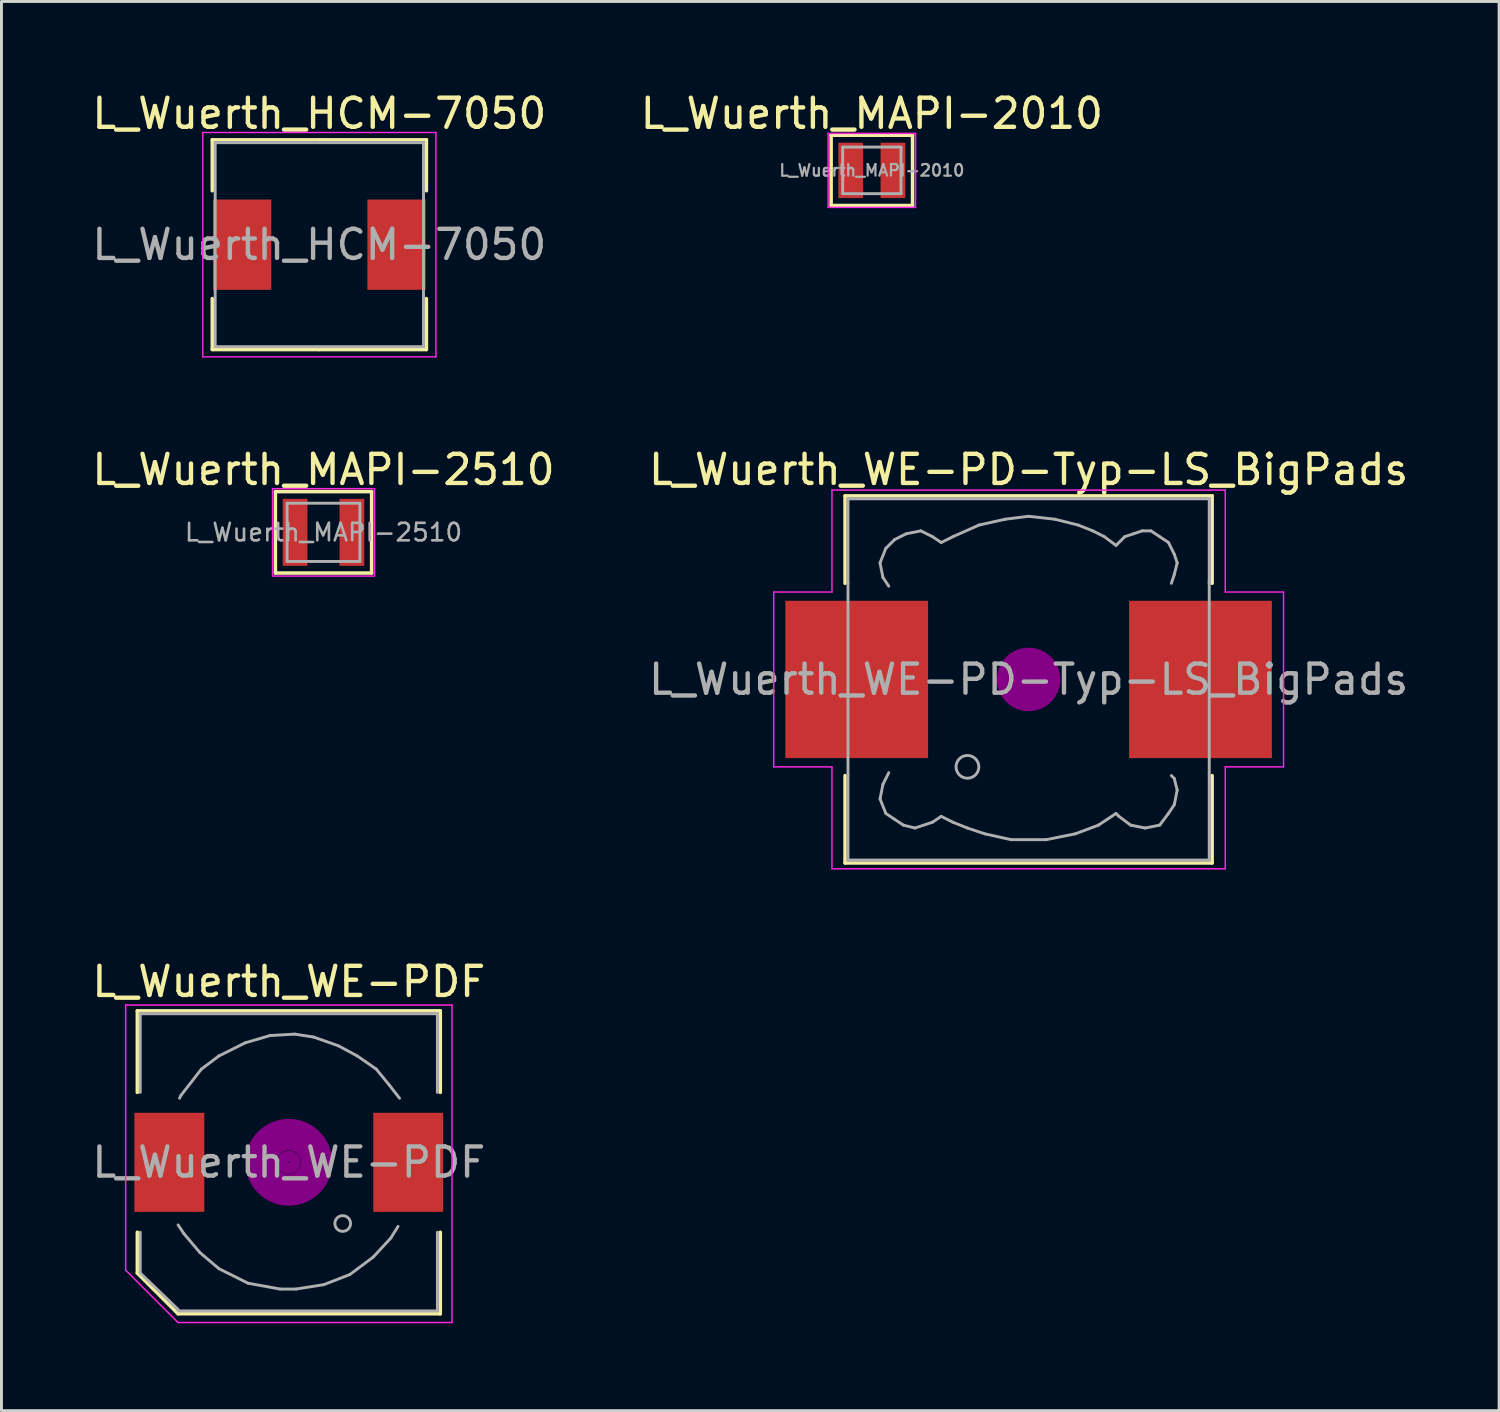
<source format=kicad_pcb>
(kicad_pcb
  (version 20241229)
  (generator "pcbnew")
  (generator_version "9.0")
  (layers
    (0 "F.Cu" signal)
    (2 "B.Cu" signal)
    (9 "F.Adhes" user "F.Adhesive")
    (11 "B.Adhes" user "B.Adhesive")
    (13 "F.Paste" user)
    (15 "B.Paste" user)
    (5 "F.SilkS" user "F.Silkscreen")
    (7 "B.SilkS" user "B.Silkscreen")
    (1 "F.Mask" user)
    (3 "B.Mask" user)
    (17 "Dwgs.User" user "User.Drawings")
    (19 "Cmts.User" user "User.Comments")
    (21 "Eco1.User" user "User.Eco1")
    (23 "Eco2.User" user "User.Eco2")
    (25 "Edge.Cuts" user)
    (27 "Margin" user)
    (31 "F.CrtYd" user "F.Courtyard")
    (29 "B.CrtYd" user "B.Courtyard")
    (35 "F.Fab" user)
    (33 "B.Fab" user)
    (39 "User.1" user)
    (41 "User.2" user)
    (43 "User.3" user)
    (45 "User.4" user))
  (footprint "L_Wuerth_MAPI-2510"
    (layer "F.Cu")
    (at 8.054 15.222)
    (property "Reference" "L_Wuerth_MAPI-2510" (at 0 -2.15 0) (layer "F.SilkS") (effects (font (size 1 1) (thickness 0.15))))
    (attr smd)
    (fp_line (start -1.651 -1.397) (end -1.651 1.397) (stroke (width 0.12) (type solid)) (layer "F.SilkS"))
    (fp_line (start -1.651 1.397) (end 1.651 1.397) (stroke (width 0.12) (type solid)) (layer "F.SilkS"))
    (fp_line (start 1.651 -1.397) (end -1.651 -1.397) (stroke (width 0.12) (type solid)) (layer "F.SilkS"))
    (fp_line (start 1.651 1.397) (end 1.651 -1.397) (stroke (width 0.12) (type solid)) (layer "F.SilkS"))
    (fp_line (start -1.75 -1.5) (end -1.75 1.5) (stroke (width 0.05) (type solid)) (layer "F.CrtYd"))
    (fp_line (start -1.75 1.5) (end 1.75 1.5) (stroke (width 0.05) (type solid)) (layer "F.CrtYd"))
    (fp_line (start 1.75 -1.5) (end -1.75 -1.5) (stroke (width 0.05) (type solid)) (layer "F.CrtYd"))
    (fp_line (start 1.75 1.5) (end 1.75 -1.5) (stroke (width 0.05) (type solid)) (layer "F.CrtYd"))
    (fp_line (start -1.25 -1) (end -1.25 1) (stroke (width 0.1) (type solid)) (layer "F.Fab"))
    (fp_line (start -1.25 1) (end 1.25 1) (stroke (width 0.1) (type solid)) (layer "F.Fab"))
    (fp_line (start 1.25 -1) (end -1.25 -1) (stroke (width 0.1) (type solid)) (layer "F.Fab"))
    (fp_line (start 1.25 1) (end 1.25 -1) (stroke (width 0.1) (type solid)) (layer "F.Fab"))
    (fp_text user "${REFERENCE}" (at 0 0 0) (layer "F.Fab") (effects (font (size 0.6 0.6) (thickness 0.09))))
    (pad "1" smd rect (at -0.975 0) (size 0.85 2.3) (layers "F.Cu" "F.Mask" "F.Paste"))
    (pad "2" smd rect (at 0.975 0) (size 0.85 2.3) (layers "F.Cu" "F.Mask" "F.Paste")))
  (footprint "L_Wuerth_WE-PDF"
    (layer "F.Cu")
    (at 6.863 36.845)
    (property "Reference" "L_Wuerth_WE-PDF" (at 0 -6.2 0) (layer "F.SilkS") (effects (font (size 1 1) (thickness 0.15))))
    (attr smd)
    (fp_line (start -5.2 -5.2) (end 5.2 -5.2) (stroke (width 0.12) (type solid)) (layer "F.SilkS"))
    (fp_line (start -5.2 -2.4) (end -5.2 -5.2) (stroke (width 0.12) (type solid)) (layer "F.SilkS"))
    (fp_line (start -5.2 3.8) (end -5.2 2.4) (stroke (width 0.12) (type solid)) (layer "F.SilkS"))
    (fp_line (start -3.8 5.2) (end -5.2 3.8) (stroke (width 0.12) (type solid)) (layer "F.SilkS"))
    (fp_line (start 5.2 -5.2) (end 5.2 -2.4) (stroke (width 0.12) (type solid)) (layer "F.SilkS"))
    (fp_line (start 5.2 2.4) (end 5.2 5.2) (stroke (width 0.12) (type solid)) (layer "F.SilkS"))
    (fp_line (start 5.2 5.2) (end -3.8 5.2) (stroke (width 0.12) (type solid)) (layer "F.SilkS"))
    (fp_circle (center 0 0) (end 0.15 0.15) (stroke (width 0.38) (type solid)) (fill no) (layer "F.Adhes"))
    (fp_circle (center 0 0) (end 0.6 0.05) (stroke (width 0.38) (type solid)) (fill no) (layer "F.Adhes"))
    (fp_circle (center 0 0) (end 0.95 0) (stroke (width 0.38) (type solid)) (fill no) (layer "F.Adhes"))
    (fp_circle (center 0 0) (end 1.3 0.05) (stroke (width 0.38) (type solid)) (fill no) (layer "F.Adhes"))
    (fp_line (start -5.6 -5.4) (end 5.6 -5.4) (stroke (width 0.05) (type solid)) (layer "F.CrtYd"))
    (fp_line (start -5.6 3.7) (end -5.6 -5.4) (stroke (width 0.05) (type solid)) (layer "F.CrtYd"))
    (fp_line (start -3.8 5.5) (end -5.6 3.7) (stroke (width 0.05) (type solid)) (layer "F.CrtYd"))
    (fp_line (start 5.6 -5.4) (end 5.6 5.5) (stroke (width 0.05) (type solid)) (layer "F.CrtYd"))
    (fp_line (start 5.6 5.5) (end -3.8 5.5) (stroke (width 0.05) (type solid)) (layer "F.CrtYd"))
    (fp_line (start -5.1 -5.1) (end -5.1 -2.4) (stroke (width 0.1) (type solid)) (layer "F.Fab"))
    (fp_line (start -5.1 2.4) (end -5.1 3.8) (stroke (width 0.1) (type solid)) (layer "F.Fab"))
    (fp_line (start -5.1 3.8) (end -3.8 5.05) (stroke (width 0.1) (type solid)) (layer "F.Fab"))
    (fp_line (start -3.8 2.15) (end -3.6 2.45) (stroke (width 0.1) (type solid)) (layer "F.Fab"))
    (fp_line (start -3.7 -2.3) (end -3.75 -2.2) (stroke (width 0.1) (type solid)) (layer "F.Fab"))
    (fp_line (start -3.6 2.45) (end -3.05 3.1) (stroke (width 0.1) (type solid)) (layer "F.Fab"))
    (fp_line (start -3.05 3.1) (end -2.4 3.65) (stroke (width 0.1) (type solid)) (layer "F.Fab"))
    (fp_line (start -3 -3.2) (end -3.7 -2.3) (stroke (width 0.1) (type solid)) (layer "F.Fab"))
    (fp_line (start -2.4 -3.65) (end -3 -3.2) (stroke (width 0.1) (type solid)) (layer "F.Fab"))
    (fp_line (start -2.4 3.65) (end -1.4 4.15) (stroke (width 0.1) (type solid)) (layer "F.Fab"))
    (fp_line (start -1.5 -4.1) (end -2.4 -3.65) (stroke (width 0.1) (type solid)) (layer "F.Fab"))
    (fp_line (start -1.4 4.15) (end -0.3 4.35) (stroke (width 0.1) (type solid)) (layer "F.Fab"))
    (fp_line (start -0.65 -4.35) (end -1.5 -4.1) (stroke (width 0.1) (type solid)) (layer "F.Fab"))
    (fp_line (start -0.3 4.35) (end 0.25 4.35) (stroke (width 0.1) (type solid)) (layer "F.Fab"))
    (fp_line (start 0.2 -4.4) (end -0.65 -4.35) (stroke (width 0.1) (type solid)) (layer "F.Fab"))
    (fp_line (start 0.25 4.35) (end 1.2 4.2) (stroke (width 0.1) (type solid)) (layer "F.Fab"))
    (fp_line (start 0.85 -4.3) (end 0.2 -4.4) (stroke (width 0.1) (type solid)) (layer "F.Fab"))
    (fp_line (start 1.2 4.2) (end 2.1 3.85) (stroke (width 0.1) (type solid)) (layer "F.Fab"))
    (fp_line (start 1.7 -4) (end 0.85 -4.3) (stroke (width 0.1) (type solid)) (layer "F.Fab"))
    (fp_line (start 2.1 3.85) (end 2.9 3.25) (stroke (width 0.1) (type solid)) (layer "F.Fab"))
    (fp_line (start 2.35 -3.65) (end 1.7 -4) (stroke (width 0.1) (type solid)) (layer "F.Fab"))
    (fp_line (start 2.9 3.25) (end 3.5 2.6) (stroke (width 0.1) (type solid)) (layer "F.Fab"))
    (fp_line (start 3 -3.2) (end 2.35 -3.65) (stroke (width 0.1) (type solid)) (layer "F.Fab"))
    (fp_line (start 3.45 -2.65) (end 3 -3.2) (stroke (width 0.1) (type solid)) (layer "F.Fab"))
    (fp_line (start 3.5 2.6) (end 3.75 2.2) (stroke (width 0.1) (type solid)) (layer "F.Fab"))
    (fp_line (start 3.8 -2.2) (end 3.45 -2.65) (stroke (width 0.1) (type solid)) (layer "F.Fab"))
    (fp_line (start 5.1 -5.1) (end -5.1 -5.1) (stroke (width 0.1) (type solid)) (layer "F.Fab"))
    (fp_line (start 5.1 -5.1) (end 5.1 -2.4) (stroke (width 0.1) (type solid)) (layer "F.Fab"))
    (fp_line (start 5.1 5.1) (end -3.8 5.1) (stroke (width 0.1) (type solid)) (layer "F.Fab"))
    (fp_line (start 5.1 5.1) (end 5.1 2.4) (stroke (width 0.1) (type solid)) (layer "F.Fab"))
    (fp_circle (center 1.85 2.1) (end 2.1 2.2) (stroke (width 0.1) (type solid)) (fill no) (layer "F.Fab"))
    (fp_text user "${REFERENCE}" (at 0 0 0) (layer "F.Fab") (effects (font (size 1 1) (thickness 0.15))))
    (pad "1" smd rect (at -4.1 0) (size 2.4 3.4) (layers "F.Cu" "F.Mask" "F.Paste"))
    (pad "2" smd rect (at 4.1 0) (size 2.4 3.4) (layers "F.Cu" "F.Mask" "F.Paste")))
  (footprint "L_Wuerth_HCM-7050"
    (layer "F.Cu")
    (at 7.911 5.348)
    (property "Reference" "L_Wuerth_HCM-7050" (at 0 -4.5 0) (layer "F.SilkS") (effects (font (size 1 1) (thickness 0.15))))
    (attr smd)
    (fp_line (start -3.675 -3.6) (end 0 -3.6) (stroke (width 0.12) (type solid)) (layer "F.SilkS"))
    (fp_line (start -3.675 -1.85) (end -3.675 -3.6) (stroke (width 0.12) (type solid)) (layer "F.SilkS"))
    (fp_line (start -3.675 1.85) (end -3.675 3.6) (stroke (width 0.12) (type solid)) (layer "F.SilkS"))
    (fp_line (start -3.675 3.6) (end 0 3.6) (stroke (width 0.12) (type solid)) (layer "F.SilkS"))
    (fp_line (start 3.675 -3.6) (end 0 -3.6) (stroke (width 0.12) (type solid)) (layer "F.SilkS"))
    (fp_line (start 3.675 -1.85) (end 3.675 -3.6) (stroke (width 0.12) (type solid)) (layer "F.SilkS"))
    (fp_line (start 3.675 1.85) (end 3.675 3.6) (stroke (width 0.12) (type solid)) (layer "F.SilkS"))
    (fp_line (start 3.675 3.6) (end 0 3.6) (stroke (width 0.12) (type solid)) (layer "F.SilkS"))
    (fp_line (start -4 -3.85) (end -4 3.85) (stroke (width 0.05) (type solid)) (layer "F.CrtYd"))
    (fp_line (start -4 3.85) (end 4 3.85) (stroke (width 0.05) (type solid)) (layer "F.CrtYd"))
    (fp_line (start 4 -3.85) (end -4 -3.85) (stroke (width 0.05) (type solid)) (layer "F.CrtYd"))
    (fp_line (start 4 3.85) (end 4 -3.85) (stroke (width 0.05) (type solid)) (layer "F.CrtYd"))
    (fp_line (start -3.575 -3.5) (end -3.575 3.5) (stroke (width 0.1) (type solid)) (layer "F.Fab"))
    (fp_line (start -3.575 3.5) (end 3.575 3.5) (stroke (width 0.1) (type solid)) (layer "F.Fab"))
    (fp_line (start 3.575 -3.5) (end -3.575 -3.5) (stroke (width 0.1) (type solid)) (layer "F.Fab"))
    (fp_line (start 3.575 3.5) (end 3.575 -3.5) (stroke (width 0.1) (type solid)) (layer "F.Fab"))
    (fp_text user "${REFERENCE}" (at 0 0 0) (layer "F.Fab") (effects (font (size 1 1) (thickness 0.15))))
    (pad "1" smd rect (at -2.65 0) (size 2 3.1) (layers "F.Cu" "F.Mask" "F.Paste"))
    (pad "2" smd rect (at 2.65 0) (size 2 3.1) (layers "F.Cu" "F.Mask" "F.Paste")))
  (footprint "L_Wuerth_MAPI-2010"
    (layer "F.Cu")
    (at 26.875 2.798)
    (property "Reference" "L_Wuerth_MAPI-2010" (at 0 -1.95 0) (layer "F.SilkS") (effects (font (size 1 1) (thickness 0.15))))
    (attr smd)
    (fp_line (start -1.397 -1.206) (end -1.397 1.206) (stroke (width 0.12) (type solid)) (layer "F.SilkS"))
    (fp_line (start -1.397 1.206) (end 1.397 1.206) (stroke (width 0.12) (type solid)) (layer "F.SilkS"))
    (fp_line (start 1.397 -1.206) (end -1.397 -1.206) (stroke (width 0.12) (type solid)) (layer "F.SilkS"))
    (fp_line (start 1.397 1.206) (end 1.397 -1.206) (stroke (width 0.12) (type solid)) (layer "F.SilkS"))
    (fp_line (start -1.5 -1.27) (end -1.5 1.27) (stroke (width 0.05) (type solid)) (layer "F.CrtYd"))
    (fp_line (start -1.5 1.27) (end 1.5 1.27) (stroke (width 0.05) (type solid)) (layer "F.CrtYd"))
    (fp_line (start 1.5 -1.27) (end -1.5 -1.27) (stroke (width 0.05) (type solid)) (layer "F.CrtYd"))
    (fp_line (start 1.5 1.27) (end 1.5 -1.27) (stroke (width 0.05) (type solid)) (layer "F.CrtYd"))
    (fp_line (start -1 -0.8) (end -1 0.8) (stroke (width 0.1) (type solid)) (layer "F.Fab"))
    (fp_line (start -1 0.8) (end 1 0.8) (stroke (width 0.1) (type solid)) (layer "F.Fab"))
    (fp_line (start 1 -0.8) (end -1 -0.8) (stroke (width 0.1) (type solid)) (layer "F.Fab"))
    (fp_line (start 1 0.8) (end 1 -0.8) (stroke (width 0.1) (type solid)) (layer "F.Fab"))
    (fp_text user "${REFERENCE}" (at 0 0 0) (layer "F.Fab") (effects (font (size 0.4 0.4) (thickness 0.075))))
    (pad "1" smd rect (at -0.725 0) (size 0.85 1.9) (layers "F.Cu" "F.Mask" "F.Paste"))
    (pad "2" smd rect (at 0.725 0) (size 0.85 1.9) (layers "F.Cu" "F.Mask" "F.Paste")))
  (footprint "L_Wuerth_WE-PD-Typ-LS_BigPads"
    (layer "F.Cu")
    (at 32.256 20.271)
    (property "Reference" "L_Wuerth_WE-PD-Typ-LS_BigPads" (at 0 -7.2 0) (layer "F.SilkS") (effects (font (size 1 1) (thickness 0.15))))
    (attr smd)
    (fp_line (start -6.3 -6.3) (end 6.3 -6.3) (stroke (width 0.12) (type solid)) (layer "F.SilkS"))
    (fp_line (start -6.3 -3.3) (end -6.3 -6.3) (stroke (width 0.12) (type solid)) (layer "F.SilkS"))
    (fp_line (start -6.3 6.3) (end -6.3 3.3) (stroke (width 0.12) (type solid)) (layer "F.SilkS"))
    (fp_line (start 6.3 -6.3) (end 6.3 -3.3) (stroke (width 0.12) (type solid)) (layer "F.SilkS"))
    (fp_line (start 6.3 3.3) (end 6.3 6.3) (stroke (width 0.12) (type solid)) (layer "F.SilkS"))
    (fp_line (start 6.3 6.3) (end -6.3 6.3) (stroke (width 0.12) (type solid)) (layer "F.SilkS"))
    (fp_circle (center 0 0) (end 0.15 0.15) (stroke (width 0.38) (type solid)) (fill no) (layer "F.Adhes"))
    (fp_circle (center 0 0) (end 0.55 0) (stroke (width 0.38) (type solid)) (fill no) (layer "F.Adhes"))
    (fp_circle (center 0 0) (end 0.9 0) (stroke (width 0.38) (type solid)) (fill no) (layer "F.Adhes"))
    (fp_line (start -8.75 -3) (end -6.75 -3) (stroke (width 0.05) (type solid)) (layer "F.CrtYd"))
    (fp_line (start -8.75 3) (end -8.75 -3) (stroke (width 0.05) (type solid)) (layer "F.CrtYd"))
    (fp_line (start -6.75 -6.5) (end 6.75 -6.5) (stroke (width 0.05) (type solid)) (layer "F.CrtYd"))
    (fp_line (start -6.75 -3) (end -6.75 -6.5) (stroke (width 0.05) (type solid)) (layer "F.CrtYd"))
    (fp_line (start -6.75 3) (end -8.75 3) (stroke (width 0.05) (type solid)) (layer "F.CrtYd"))
    (fp_line (start -6.75 6.5) (end -6.75 3) (stroke (width 0.05) (type solid)) (layer "F.CrtYd"))
    (fp_line (start 6.75 -6.5) (end 6.75 -3) (stroke (width 0.05) (type solid)) (layer "F.CrtYd"))
    (fp_line (start 6.75 -3) (end 8.75 -3) (stroke (width 0.05) (type solid)) (layer "F.CrtYd"))
    (fp_line (start 6.75 3) (end 6.75 6.5) (stroke (width 0.05) (type solid)) (layer "F.CrtYd"))
    (fp_line (start 6.75 6.5) (end -6.75 6.5) (stroke (width 0.05) (type solid)) (layer "F.CrtYd"))
    (fp_line (start 8.75 -3) (end 8.75 3) (stroke (width 0.05) (type solid)) (layer "F.CrtYd"))
    (fp_line (start 8.75 3) (end 6.75 3) (stroke (width 0.05) (type solid)) (layer "F.CrtYd"))
    (fp_line (start -6.2 -6.2) (end -6.2 -3.3) (stroke (width 0.1) (type solid)) (layer "F.Fab"))
    (fp_line (start -6.2 -3.3) (end -6.2 3.3) (stroke (width 0.1) (type solid)) (layer "F.Fab"))
    (fp_line (start -6.2 3.3) (end -6.2 6.2) (stroke (width 0.1) (type solid)) (layer "F.Fab"))
    (fp_line (start -6.2 6.2) (end 6.2 6.2) (stroke (width 0.1) (type solid)) (layer "F.Fab"))
    (fp_line (start -5.1 -4) (end -5 -3.5) (stroke (width 0.1) (type solid)) (layer "F.Fab"))
    (fp_line (start -5.1 4.1) (end -5 3.6) (stroke (width 0.1) (type solid)) (layer "F.Fab"))
    (fp_line (start -5 -3.5) (end -4.8 -3.2) (stroke (width 0.1) (type solid)) (layer "F.Fab"))
    (fp_line (start -5 3.6) (end -4.8 3.2) (stroke (width 0.1) (type solid)) (layer "F.Fab"))
    (fp_line (start -4.9 -4.5) (end -5.1 -4) (stroke (width 0.1) (type solid)) (layer "F.Fab"))
    (fp_line (start -4.9 4.6) (end -5.1 4.1) (stroke (width 0.1) (type solid)) (layer "F.Fab"))
    (fp_line (start -4.6 -4.8) (end -4.9 -4.5) (stroke (width 0.1) (type solid)) (layer "F.Fab"))
    (fp_line (start -4.6 4.8) (end -4.9 4.6) (stroke (width 0.1) (type solid)) (layer "F.Fab"))
    (fp_line (start -4.3 5) (end -4.6 4.8) (stroke (width 0.1) (type solid)) (layer "F.Fab"))
    (fp_line (start -4.2 -5) (end -4.6 -4.8) (stroke (width 0.1) (type solid)) (layer "F.Fab"))
    (fp_line (start -3.9 5.1) (end -4.3 5) (stroke (width 0.1) (type solid)) (layer "F.Fab"))
    (fp_line (start -3.7 -5.1) (end -4.2 -5) (stroke (width 0.1) (type solid)) (layer "F.Fab"))
    (fp_line (start -3.3 -4.9) (end -3.7 -5.1) (stroke (width 0.1) (type solid)) (layer "F.Fab"))
    (fp_line (start -3.3 4.9) (end -3.9 5.1) (stroke (width 0.1) (type solid)) (layer "F.Fab"))
    (fp_line (start -3 -4.7) (end -3.3 -4.9) (stroke (width 0.1) (type solid)) (layer "F.Fab"))
    (fp_line (start -3 4.7) (end -3.3 4.9) (stroke (width 0.1) (type solid)) (layer "F.Fab"))
    (fp_line (start -2.6 -4.9) (end -3 -4.7) (stroke (width 0.1) (type solid)) (layer "F.Fab"))
    (fp_line (start -2.6 4.9) (end -3 4.7) (stroke (width 0.1) (type solid)) (layer "F.Fab"))
    (fp_line (start -2.1 5.1) (end -2.6 4.9) (stroke (width 0.1) (type solid)) (layer "F.Fab"))
    (fp_line (start -1.7 -5.3) (end -2.6 -4.9) (stroke (width 0.1) (type solid)) (layer "F.Fab"))
    (fp_line (start -1.5 5.3) (end -2.1 5.1) (stroke (width 0.1) (type solid)) (layer "F.Fab"))
    (fp_line (start -0.8 -5.5) (end -1.7 -5.3) (stroke (width 0.1) (type solid)) (layer "F.Fab"))
    (fp_line (start -0.6 5.5) (end -1.5 5.3) (stroke (width 0.1) (type solid)) (layer "F.Fab"))
    (fp_line (start 0 -5.6) (end -0.8 -5.5) (stroke (width 0.1) (type solid)) (layer "F.Fab"))
    (fp_line (start 0.6 5.5) (end -0.6 5.5) (stroke (width 0.1) (type solid)) (layer "F.Fab"))
    (fp_line (start 0.9 -5.5) (end 0 -5.6) (stroke (width 0.1) (type solid)) (layer "F.Fab"))
    (fp_line (start 1.6 5.3) (end 0.6 5.5) (stroke (width 0.1) (type solid)) (layer "F.Fab"))
    (fp_line (start 1.7 -5.3) (end 0.9 -5.5) (stroke (width 0.1) (type solid)) (layer "F.Fab"))
    (fp_line (start 2.2 -5.1) (end 1.7 -5.3) (stroke (width 0.1) (type solid)) (layer "F.Fab"))
    (fp_line (start 2.4 5) (end 1.6 5.3) (stroke (width 0.1) (type solid)) (layer "F.Fab"))
    (fp_line (start 2.6 -4.9) (end 2.2 -5.1) (stroke (width 0.1) (type solid)) (layer "F.Fab"))
    (fp_line (start 3 -4.6) (end 2.6 -4.9) (stroke (width 0.1) (type solid)) (layer "F.Fab"))
    (fp_line (start 3 4.6) (end 2.4 5) (stroke (width 0.1) (type solid)) (layer "F.Fab"))
    (fp_line (start 3.1 4.7) (end 3 4.6) (stroke (width 0.1) (type solid)) (layer "F.Fab"))
    (fp_line (start 3.3 -4.9) (end 3 -4.6) (stroke (width 0.1) (type solid)) (layer "F.Fab"))
    (fp_line (start 3.5 5) (end 3.1 4.7) (stroke (width 0.1) (type solid)) (layer "F.Fab"))
    (fp_line (start 3.6 -5) (end 3.3 -4.9) (stroke (width 0.1) (type solid)) (layer "F.Fab"))
    (fp_line (start 3.9 -5.1) (end 3.6 -5) (stroke (width 0.1) (type solid)) (layer "F.Fab"))
    (fp_line (start 4 5.1) (end 3.5 5) (stroke (width 0.1) (type solid)) (layer "F.Fab"))
    (fp_line (start 4.2 -5.1) (end 3.9 -5.1) (stroke (width 0.1) (type solid)) (layer "F.Fab"))
    (fp_line (start 4.5 -4.9) (end 4.2 -5.1) (stroke (width 0.1) (type solid)) (layer "F.Fab"))
    (fp_line (start 4.5 5) (end 4 5.1) (stroke (width 0.1) (type solid)) (layer "F.Fab"))
    (fp_line (start 4.8 -4.7) (end 4.5 -4.9) (stroke (width 0.1) (type solid)) (layer "F.Fab"))
    (fp_line (start 4.8 4.6) (end 4.5 5) (stroke (width 0.1) (type solid)) (layer "F.Fab"))
    (fp_line (start 4.9 -3.3) (end 5 -3.6) (stroke (width 0.1) (type solid)) (layer "F.Fab"))
    (fp_line (start 4.9 3.3) (end 5 3.4) (stroke (width 0.1) (type solid)) (layer "F.Fab"))
    (fp_line (start 5 -4.3) (end 4.8 -4.7) (stroke (width 0.1) (type solid)) (layer "F.Fab"))
    (fp_line (start 5 -3.6) (end 5.1 -4) (stroke (width 0.1) (type solid)) (layer "F.Fab"))
    (fp_line (start 5 3.4) (end 5.1 3.8) (stroke (width 0.1) (type solid)) (layer "F.Fab"))
    (fp_line (start 5 4.3) (end 4.8 4.6) (stroke (width 0.1) (type solid)) (layer "F.Fab"))
    (fp_line (start 5.1 -4) (end 5 -4.3) (stroke (width 0.1) (type solid)) (layer "F.Fab"))
    (fp_line (start 5.1 3.8) (end 5 4.3) (stroke (width 0.1) (type solid)) (layer "F.Fab"))
    (fp_line (start 6.2 -6.2) (end -6.2 -6.2) (stroke (width 0.1) (type solid)) (layer "F.Fab"))
    (fp_line (start 6.2 -6.2) (end 6.2 -3.3) (stroke (width 0.1) (type solid)) (layer "F.Fab"))
    (fp_line (start 6.2 3.3) (end 6.2 -3.4) (stroke (width 0.1) (type solid)) (layer "F.Fab"))
    (fp_line (start 6.2 6.2) (end 6.2 3.3) (stroke (width 0.1) (type solid)) (layer "F.Fab"))
    (fp_circle (center -2.1 3) (end -1.8 3.25) (stroke (width 0.1) (type solid)) (fill no) (layer "F.Fab"))
    (fp_text user "${REFERENCE}" (at 0 0 0) (layer "F.Fab") (effects (font (size 1 1) (thickness 0.15))))
    (pad "1" smd rect (at -5.9 0) (size 4.9 5.4) (layers "F.Cu" "F.Mask" "F.Paste"))
    (pad "2" smd rect (at 5.9 0) (size 4.9 5.4) (layers "F.Cu" "F.Mask" "F.Paste")))
  (gr_rect
    (start -3 -3)
    (end 48.405 45.37)
    (stroke (width 0.1) (type default))
    (fill no)
    (layer "Edge.Cuts")))
</source>
